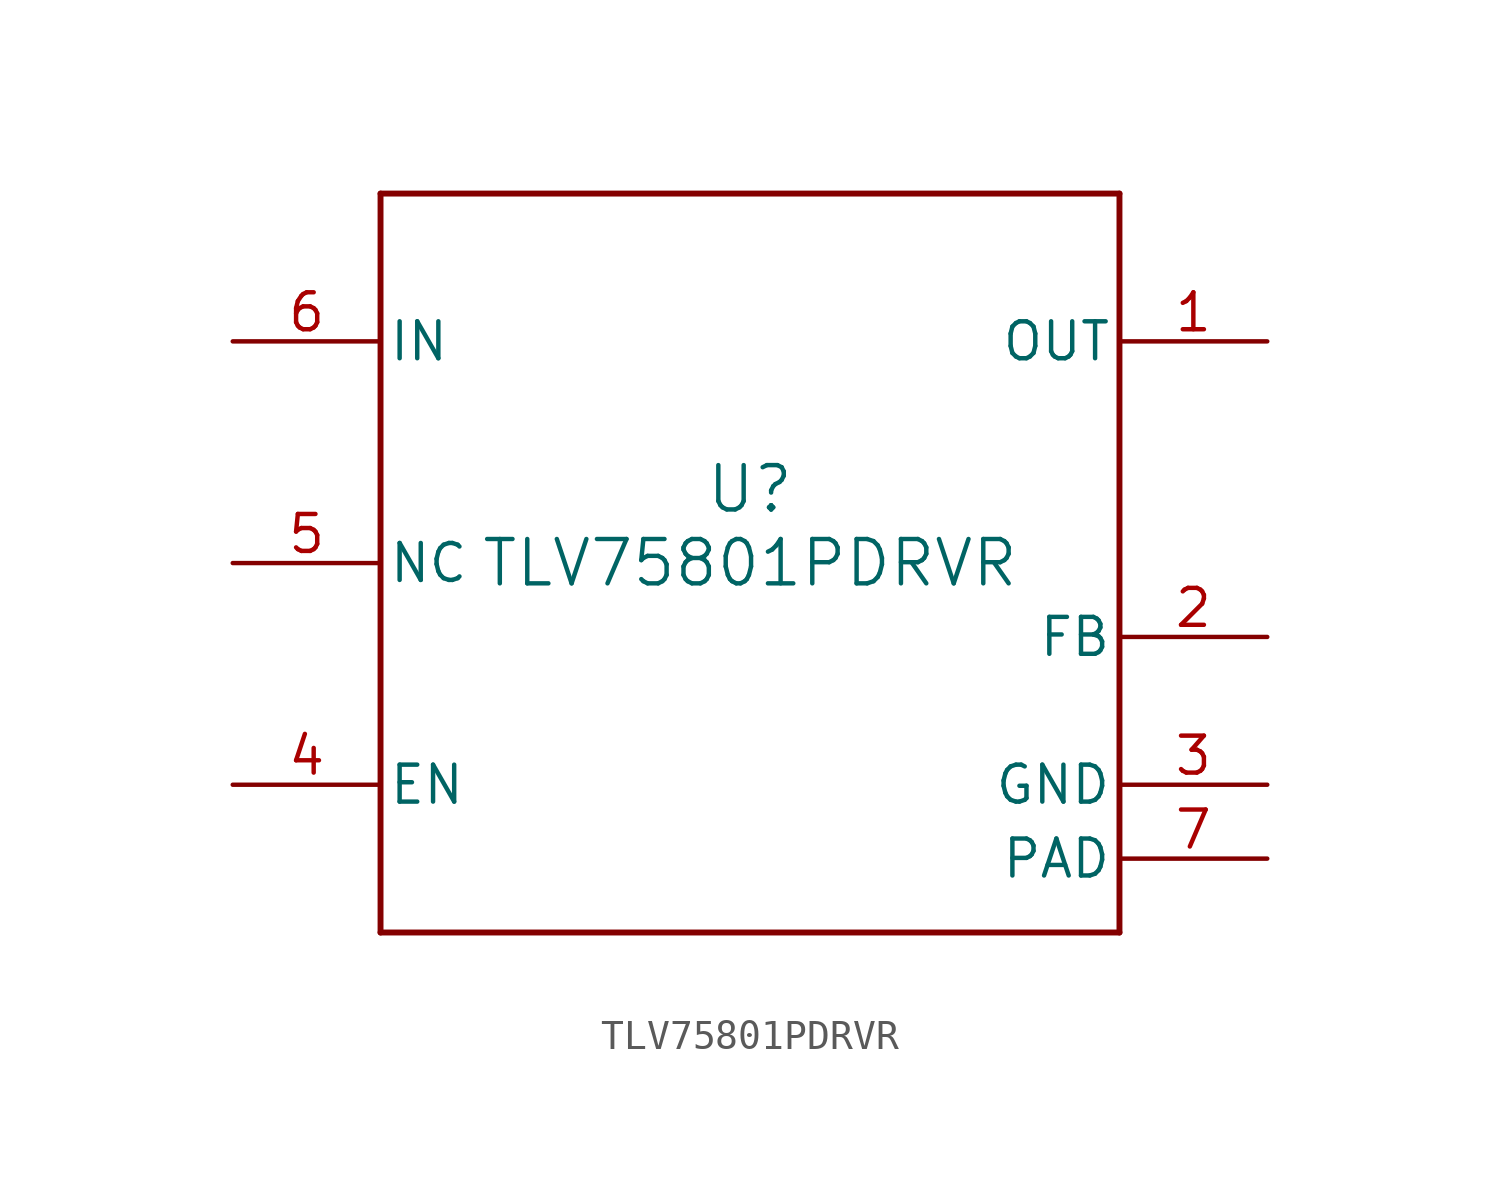
<source format=kicad_sym>
(kicad_symbol_lib
  (version 20211014)
  (generator kicad_symbol_editor)
  (symbol "TLV75801PDRVR"
    (pin_names
      (offset 0.254))
    (property "Reference" "U"
      (at 0 2.54 0)
      (effects (font (size 1.524 1.524))))
    (property "Value" "TLV75801PDRVR"
      (at 0 0 0)
      (effects (font (size 1.524 1.524))))
    (symbol "TLV75801PDRVR_0_1"
      (polyline (pts (xy -12.7 -12.7) (xy 12.7 -12.7)) (stroke (width 0.203) (type default) (color 0 0 0 0)) (fill (type none)))
      (polyline (pts (xy 12.7 -12.7) (xy 12.7 12.7)) (stroke (width 0.203) (type default) (color 0 0 0 0)) (fill (type none)))
      (polyline (pts (xy 12.7 12.7) (xy -12.7 12.7)) (stroke (width 0.203) (type default) (color 0 0 0 0)) (fill (type none)))
      (polyline (pts (xy -12.7 12.7) (xy -12.7 -12.7)) (stroke (width 0.203) (type default) (color 0 0 0 0)) (fill (type none)))
      (pin power_in line (at 17.78 7.62 180) (length 5.08) (name "OUT" (effects (font (size 1.27 1.27)))) (number "1" (effects (font (size 1.27 1.27)))))
      (pin input line (at 17.78 -2.54 180) (length 5.08) (name "FB" (effects (font (size 1.27 1.27)))) (number "2" (effects (font (size 1.27 1.27)))))
      (pin power_in line (at 17.78 -7.62 180) (length 5.08) (name "GND" (effects (font (size 1.27 1.27)))) (number "3" (effects (font (size 1.27 1.27)))))
      (pin input line (at -17.78 -7.62 0) (length 5.08) (name "EN" (effects (font (size 1.27 1.27)))) (number "4" (effects (font (size 1.27 1.27)))))
      (pin unspecified line (at -17.78 0 0) (length 5.08) (name "NC" (effects (font (size 1.27 1.27)))) (number "5" (effects (font (size 1.27 1.27)))))
      (pin power_in line (at -17.78 7.62 0) (length 5.08) (name "IN" (effects (font (size 1.27 1.27)))) (number "6" (effects (font (size 1.27 1.27)))))
      (pin power_in line (at 17.78 -10.16 180) (length 5.08) (name "PAD" (effects (font (size 1.27 1.27)))) (number "7" (effects (font (size 1.27 1.27))))))))
</source>
